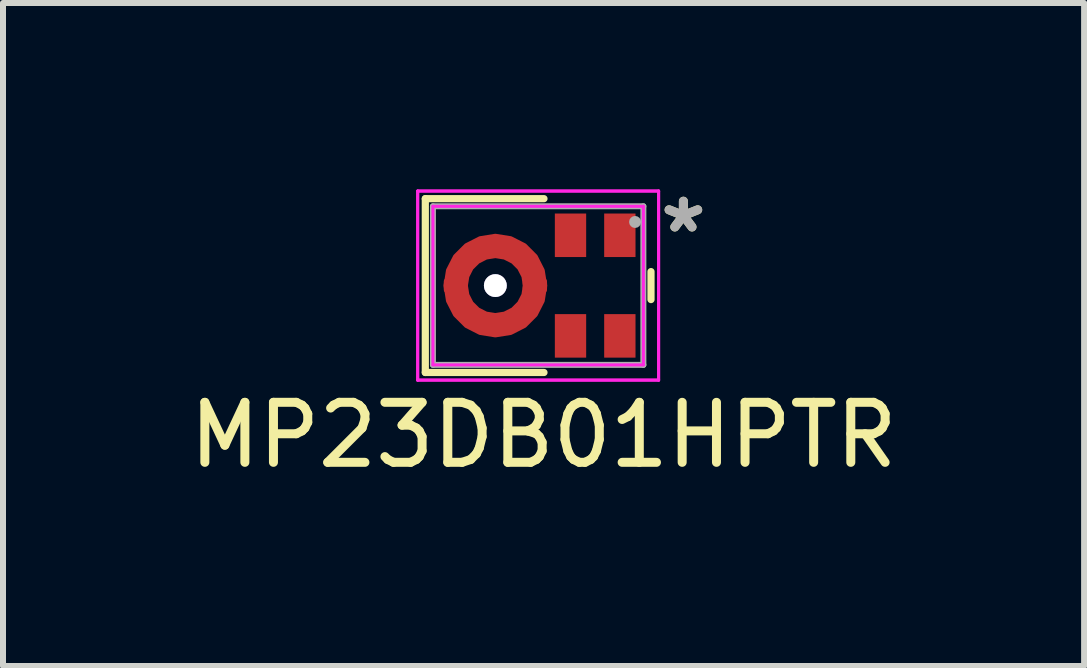
<source format=kicad_pcb>
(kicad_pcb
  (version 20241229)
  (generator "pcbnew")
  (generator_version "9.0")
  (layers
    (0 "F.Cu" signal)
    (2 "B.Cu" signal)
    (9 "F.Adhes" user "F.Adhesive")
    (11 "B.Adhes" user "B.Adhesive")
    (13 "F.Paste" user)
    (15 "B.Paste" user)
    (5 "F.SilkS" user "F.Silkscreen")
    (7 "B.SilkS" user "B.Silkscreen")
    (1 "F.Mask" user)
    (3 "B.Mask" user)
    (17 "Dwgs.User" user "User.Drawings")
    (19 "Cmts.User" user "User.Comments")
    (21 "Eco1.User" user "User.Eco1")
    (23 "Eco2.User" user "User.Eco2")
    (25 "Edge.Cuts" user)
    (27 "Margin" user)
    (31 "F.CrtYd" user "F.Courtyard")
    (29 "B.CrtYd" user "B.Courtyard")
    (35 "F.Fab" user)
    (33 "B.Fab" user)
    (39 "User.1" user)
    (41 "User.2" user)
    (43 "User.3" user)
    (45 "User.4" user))
  (footprint "MP23DB01HPTR"
    (layer "F.Cu")
    (at 5.916 1.708)
    (property "Reference" "MP23DB01HPTR" (at 0.09 2.49 0) (layer "F.SilkS") (effects (font (size 1 1) (thickness 0.15))))
    (attr through_hole)
    (fp_poly (pts (xy 0.097 -0.071) (xy 0.1 0) (xy 0.06 0.251) (xy -0.055 0.478) (xy -0.235 0.658) (xy -0.461 0.773) (xy -0.713 0.813) (xy -0.964 0.773) (xy -1.19 0.658) (xy -1.37 0.478) (xy -1.486 0.251) (xy -1.525 0) (xy -1.522 -0.071) (xy -1.219 -0.044) (xy -1.221 0) (xy -1.196 0.157) (xy -1.124 0.299) (xy -1.011 0.411) (xy -0.87 0.483) (xy -0.713 0.508) (xy -0.556 0.483) (xy -0.414 0.411) (xy -0.302 0.299) (xy -0.229 0.157) (xy -0.205 0) (xy -0.207 -0.044)) (stroke (width 0.1) (type solid)) (fill yes) (layer "F.Cu"))
    (fp_poly (pts (xy 0.097 0.071) (xy 0.1 0) (xy 0.06 -0.251) (xy -0.055 -0.478) (xy -0.235 -0.658) (xy -0.461 -0.773) (xy -0.713 -0.813) (xy -0.964 -0.773) (xy -1.19 -0.658) (xy -1.37 -0.478) (xy -1.486 -0.251) (xy -1.525 0) (xy -1.522 0.071) (xy -1.219 0.044) (xy -1.221 0) (xy -1.196 -0.157) (xy -1.124 -0.299) (xy -1.011 -0.411) (xy -0.87 -0.483) (xy -0.713 -0.508) (xy -0.556 -0.483) (xy -0.414 -0.411) (xy -0.302 -0.299) (xy -0.229 -0.157) (xy -0.205 0) (xy -0.207 0.044)) (stroke (width 0.1) (type solid)) (fill yes) (layer "F.Cu"))
    (fp_poly (pts (xy 0.097 -0.071) (xy 0.1 0) (xy 0.06 0.251) (xy -0.055 0.478) (xy -0.235 0.658) (xy -0.461 0.773) (xy -0.713 0.813) (xy -0.964 0.773) (xy -1.19 0.658) (xy -1.37 0.478) (xy -1.486 0.251) (xy -1.525 0) (xy -1.522 -0.071) (xy -1.219 -0.044) (xy -1.221 0) (xy -1.196 0.157) (xy -1.124 0.299) (xy -1.011 0.411) (xy -0.87 0.483) (xy -0.713 0.508) (xy -0.556 0.483) (xy -0.414 0.411) (xy -0.302 0.299) (xy -0.229 0.157) (xy -0.205 0) (xy -0.207 -0.044)) (stroke (width 0.1) (type solid)) (fill yes) (layer "F.Mask"))
    (fp_poly (pts (xy 0.097 0.071) (xy 0.1 0) (xy 0.06 -0.251) (xy -0.055 -0.478) (xy -0.235 -0.658) (xy -0.461 -0.773) (xy -0.713 -0.813) (xy -0.964 -0.773) (xy -1.19 -0.658) (xy -1.37 -0.478) (xy -1.486 -0.251) (xy -1.525 0) (xy -1.522 0.071) (xy -1.219 0.044) (xy -1.221 0) (xy -1.196 -0.157) (xy -1.124 -0.299) (xy -1.011 -0.411) (xy -0.87 -0.483) (xy -0.713 -0.508) (xy -0.556 -0.483) (xy -0.414 -0.411) (xy -0.302 -0.299) (xy -0.229 -0.157) (xy -0.205 0) (xy -0.207 0.044)) (stroke (width 0.1) (type solid)) (fill yes) (layer "F.Mask"))
    (fp_line (start -1.88 -1.448) (end -1.88 1.448) (stroke (width 0.12) (type solid)) (layer "F.SilkS"))
    (fp_line (start -1.88 1.448) (end 0.097 1.448) (stroke (width 0.12) (type solid)) (layer "F.SilkS"))
    (fp_line (start 0.097 -1.448) (end -1.88 -1.448) (stroke (width 0.12) (type solid)) (layer "F.SilkS"))
    (fp_line (start 1.88 0.233) (end 1.88 -0.233) (stroke (width 0.12) (type solid)) (layer "F.SilkS"))
    (fp_poly (pts (xy 0.097 -0.071) (xy 0.1 0) (xy 0.06 0.251) (xy -0.055 0.478) (xy -0.235 0.658) (xy -0.461 0.773) (xy -0.713 0.813) (xy -0.964 0.773) (xy -1.19 0.658) (xy -1.37 0.478) (xy -1.486 0.251) (xy -1.525 0) (xy -1.522 -0.071) (xy -1.219 -0.044) (xy -1.221 0) (xy -1.196 0.157) (xy -1.124 0.299) (xy -1.011 0.411) (xy -0.87 0.483) (xy -0.713 0.508) (xy -0.556 0.483) (xy -0.414 0.411) (xy -0.302 0.299) (xy -0.229 0.157) (xy -0.205 0) (xy -0.207 -0.044)) (stroke (width 0.1) (type solid)) (fill yes) (layer "F.Paste"))
    (fp_poly (pts (xy 0.097 0.071) (xy 0.1 0) (xy 0.06 -0.251) (xy -0.055 -0.478) (xy -0.235 -0.658) (xy -0.461 -0.773) (xy -0.713 -0.813) (xy -0.964 -0.773) (xy -1.19 -0.658) (xy -1.37 -0.478) (xy -1.486 -0.251) (xy -1.525 0) (xy -1.522 0.071) (xy -1.219 0.044) (xy -1.221 0) (xy -1.196 -0.157) (xy -1.124 -0.299) (xy -1.011 -0.411) (xy -0.87 -0.483) (xy -0.713 -0.508) (xy -0.556 -0.483) (xy -0.414 -0.411) (xy -0.302 -0.299) (xy -0.229 -0.157) (xy -0.205 0) (xy -0.207 0.044)) (stroke (width 0.1) (type solid)) (fill yes) (layer "F.Paste"))
    (fp_line (start -2.007 -1.575) (end 2.007 -1.575) (stroke (width 0.05) (type solid)) (layer "F.CrtYd"))
    (fp_line (start -2.007 -1.575) (end 2.007 -1.575) (stroke (width 0.05) (type solid)) (layer "F.CrtYd"))
    (fp_line (start -2.007 1.575) (end -2.007 -1.575) (stroke (width 0.05) (type solid)) (layer "F.CrtYd"))
    (fp_line (start -2.007 1.575) (end -2.007 -1.575) (stroke (width 0.05) (type solid)) (layer "F.CrtYd"))
    (fp_line (start -1.753 -1.321) (end 1.753 -1.321) (stroke (width 0.05) (type solid)) (layer "F.CrtYd"))
    (fp_line (start -1.753 1.321) (end -1.753 -1.321) (stroke (width 0.05) (type solid)) (layer "F.CrtYd"))
    (fp_line (start 1.753 -1.321) (end 1.753 1.321) (stroke (width 0.05) (type solid)) (layer "F.CrtYd"))
    (fp_line (start 1.753 1.321) (end -1.753 1.321) (stroke (width 0.05) (type solid)) (layer "F.CrtYd"))
    (fp_line (start 2.007 -1.575) (end 2.007 1.575) (stroke (width 0.05) (type solid)) (layer "F.CrtYd"))
    (fp_line (start 2.007 -1.575) (end 2.007 1.575) (stroke (width 0.05) (type solid)) (layer "F.CrtYd"))
    (fp_line (start 2.007 1.575) (end -2.007 1.575) (stroke (width 0.05) (type solid)) (layer "F.CrtYd"))
    (fp_line (start 2.007 1.575) (end -2.007 1.575) (stroke (width 0.05) (type solid)) (layer "F.CrtYd"))
    (fp_line (start -1.753 -1.321) (end -1.753 1.321) (stroke (width 0.1) (type solid)) (layer "F.Fab"))
    (fp_line (start -1.753 1.321) (end 1.753 1.321) (stroke (width 0.1) (type solid)) (layer "F.Fab"))
    (fp_line (start 1.753 -1.321) (end -1.753 -1.321) (stroke (width 0.1) (type solid)) (layer "F.Fab"))
    (fp_line (start 1.753 1.321) (end 1.753 -1.321) (stroke (width 0.1) (type solid)) (layer "F.Fab"))
    (fp_circle (center 1.615 -1.06) (end 1.615 -1.06) (stroke (width 0.1) (type solid)) (fill no) (layer "F.Fab"))
    (fp_text user "*" (at 2.42 -0.86 0) (layer "F.SilkS") (effects (font (size 1 1) (thickness 0.15))))
    (fp_text user "*" (at 2.42 -0.86 0) (layer "F.Fab") (effects (font (size 1 1) (thickness 0.15))))
    (pad "1" smd rect (at 1.361 -0.838 90) (size 0.725 0.522) (layers "F.Cu" "F.Mask" "F.Paste"))
    (pad "2" smd rect (at 0.539 -0.838 90) (size 0.725 0.522) (layers "F.Cu" "F.Mask" "F.Paste"))
    (pad "3" smd rect (at -1.373 0) (size 0.051 0.051) (layers "F.Cu" "F.Mask" "F.Paste"))
    (pad "4" smd rect (at 0.539 0.838 90) (size 0.725 0.522) (layers "F.Cu" "F.Mask" "F.Paste"))
    (pad "5" smd rect (at 1.361 0.838 90) (size 0.725 0.522) (layers "F.Cu" "F.Mask" "F.Paste"))
    (pad "6" thru_hole circle (at -0.713 0) (size 0.381 0.381) (drill 0.381) (layers "*.Cu" "*.Mask")))
  (gr_rect
    (start -3 -3)
    (end 15.012 8.046)
    (stroke (width 0.1) (type default))
    (fill no)
    (layer "Edge.Cuts")))
</source>
